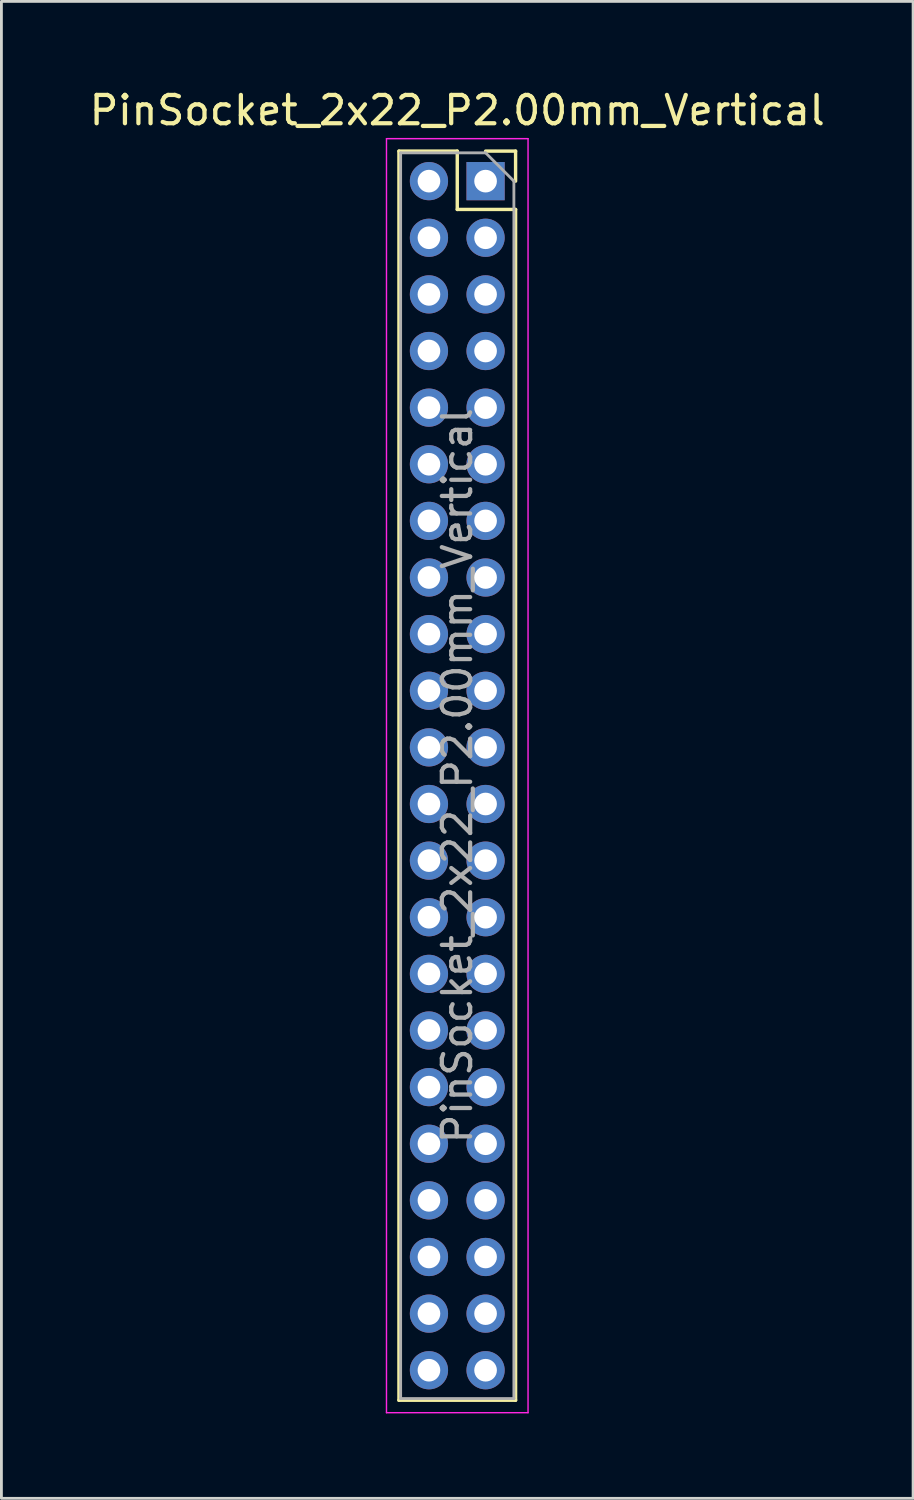
<source format=kicad_pcb>
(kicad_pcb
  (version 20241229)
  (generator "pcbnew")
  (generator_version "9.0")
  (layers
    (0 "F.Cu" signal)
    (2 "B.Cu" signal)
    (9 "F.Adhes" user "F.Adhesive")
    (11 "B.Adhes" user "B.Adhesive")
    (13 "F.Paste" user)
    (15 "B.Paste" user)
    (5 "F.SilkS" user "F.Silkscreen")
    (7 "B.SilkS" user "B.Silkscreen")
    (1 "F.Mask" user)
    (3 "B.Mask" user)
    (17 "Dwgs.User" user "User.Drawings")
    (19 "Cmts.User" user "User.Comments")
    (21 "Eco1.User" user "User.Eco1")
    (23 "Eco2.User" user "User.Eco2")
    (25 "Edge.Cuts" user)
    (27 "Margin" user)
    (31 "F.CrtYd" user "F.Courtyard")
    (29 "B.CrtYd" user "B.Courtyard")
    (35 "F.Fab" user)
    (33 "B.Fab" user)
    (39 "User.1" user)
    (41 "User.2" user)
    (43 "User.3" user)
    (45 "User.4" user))
  (footprint "PinSocket_2x22_P2.00mm_Vertical"
    (layer "F.Cu")
    (at 14.101 3.348)
    (property "Reference" "PinSocket_2x22_P2.00mm_Vertical" (at -1 -2.5 0) (layer "F.SilkS") (effects (font (size 1 1) (thickness 0.15))))
    (attr through_hole)
    (fp_line (start -3.06 -1.06) (end -3.06 43.06) (stroke (width 0.12) (type solid)) (layer "F.SilkS"))
    (fp_line (start -3.06 -1.06) (end -1 -1.06) (stroke (width 0.12) (type solid)) (layer "F.SilkS"))
    (fp_line (start -3.06 43.06) (end 1.06 43.06) (stroke (width 0.12) (type solid)) (layer "F.SilkS"))
    (fp_line (start -1 -1.06) (end -1 1) (stroke (width 0.12) (type solid)) (layer "F.SilkS"))
    (fp_line (start -1 1) (end 1.06 1) (stroke (width 0.12) (type solid)) (layer "F.SilkS"))
    (fp_line (start 0 -1.06) (end 1.06 -1.06) (stroke (width 0.12) (type solid)) (layer "F.SilkS"))
    (fp_line (start 1.06 -1.06) (end 1.06 0) (stroke (width 0.12) (type solid)) (layer "F.SilkS"))
    (fp_line (start 1.06 1) (end 1.06 43.06) (stroke (width 0.12) (type solid)) (layer "F.SilkS"))
    (fp_line (start -3.5 -1.5) (end 1.5 -1.5) (stroke (width 0.05) (type solid)) (layer "F.CrtYd"))
    (fp_line (start -3.5 43.5) (end -3.5 -1.5) (stroke (width 0.05) (type solid)) (layer "F.CrtYd"))
    (fp_line (start 1.5 -1.5) (end 1.5 43.5) (stroke (width 0.05) (type solid)) (layer "F.CrtYd"))
    (fp_line (start 1.5 43.5) (end -3.5 43.5) (stroke (width 0.05) (type solid)) (layer "F.CrtYd"))
    (fp_line (start -3 -1) (end 0 -1) (stroke (width 0.1) (type solid)) (layer "F.Fab"))
    (fp_line (start -3 43) (end -3 -1) (stroke (width 0.1) (type solid)) (layer "F.Fab"))
    (fp_line (start 0 -1) (end 1 0) (stroke (width 0.1) (type solid)) (layer "F.Fab"))
    (fp_line (start 1 0) (end 1 43) (stroke (width 0.1) (type solid)) (layer "F.Fab"))
    (fp_line (start 1 43) (end -3 43) (stroke (width 0.1) (type solid)) (layer "F.Fab"))
    (fp_text user "${REFERENCE}" (at -1 21 90) (layer "F.Fab") (effects (font (size 1 1) (thickness 0.15))))
    (pad "1" thru_hole rect (at 0 0) (size 1.35 1.35) (drill 0.8) (layers "*.Cu" "*.Mask"))
    (pad "2" thru_hole oval (at -2 0) (size 1.35 1.35) (drill 0.8) (layers "*.Cu" "*.Mask"))
    (pad "3" thru_hole oval (at 0 2) (size 1.35 1.35) (drill 0.8) (layers "*.Cu" "*.Mask"))
    (pad "4" thru_hole oval (at -2 2) (size 1.35 1.35) (drill 0.8) (layers "*.Cu" "*.Mask"))
    (pad "5" thru_hole oval (at 0 4) (size 1.35 1.35) (drill 0.8) (layers "*.Cu" "*.Mask"))
    (pad "6" thru_hole oval (at -2 4) (size 1.35 1.35) (drill 0.8) (layers "*.Cu" "*.Mask"))
    (pad "7" thru_hole oval (at 0 6) (size 1.35 1.35) (drill 0.8) (layers "*.Cu" "*.Mask"))
    (pad "8" thru_hole oval (at -2 6) (size 1.35 1.35) (drill 0.8) (layers "*.Cu" "*.Mask"))
    (pad "9" thru_hole oval (at 0 8) (size 1.35 1.35) (drill 0.8) (layers "*.Cu" "*.Mask"))
    (pad "10" thru_hole oval (at -2 8) (size 1.35 1.35) (drill 0.8) (layers "*.Cu" "*.Mask"))
    (pad "11" thru_hole oval (at 0 10) (size 1.35 1.35) (drill 0.8) (layers "*.Cu" "*.Mask"))
    (pad "12" thru_hole oval (at -2 10) (size 1.35 1.35) (drill 0.8) (layers "*.Cu" "*.Mask"))
    (pad "13" thru_hole oval (at 0 12) (size 1.35 1.35) (drill 0.8) (layers "*.Cu" "*.Mask"))
    (pad "14" thru_hole oval (at -2 12) (size 1.35 1.35) (drill 0.8) (layers "*.Cu" "*.Mask"))
    (pad "15" thru_hole oval (at 0 14) (size 1.35 1.35) (drill 0.8) (layers "*.Cu" "*.Mask"))
    (pad "16" thru_hole oval (at -2 14) (size 1.35 1.35) (drill 0.8) (layers "*.Cu" "*.Mask"))
    (pad "17" thru_hole oval (at 0 16) (size 1.35 1.35) (drill 0.8) (layers "*.Cu" "*.Mask"))
    (pad "18" thru_hole oval (at -2 16) (size 1.35 1.35) (drill 0.8) (layers "*.Cu" "*.Mask"))
    (pad "19" thru_hole oval (at 0 18) (size 1.35 1.35) (drill 0.8) (layers "*.Cu" "*.Mask"))
    (pad "20" thru_hole oval (at -2 18) (size 1.35 1.35) (drill 0.8) (layers "*.Cu" "*.Mask"))
    (pad "21" thru_hole oval (at 0 20) (size 1.35 1.35) (drill 0.8) (layers "*.Cu" "*.Mask"))
    (pad "22" thru_hole oval (at -2 20) (size 1.35 1.35) (drill 0.8) (layers "*.Cu" "*.Mask"))
    (pad "23" thru_hole oval (at 0 22) (size 1.35 1.35) (drill 0.8) (layers "*.Cu" "*.Mask"))
    (pad "24" thru_hole oval (at -2 22) (size 1.35 1.35) (drill 0.8) (layers "*.Cu" "*.Mask"))
    (pad "25" thru_hole oval (at 0 24) (size 1.35 1.35) (drill 0.8) (layers "*.Cu" "*.Mask"))
    (pad "26" thru_hole oval (at -2 24) (size 1.35 1.35) (drill 0.8) (layers "*.Cu" "*.Mask"))
    (pad "27" thru_hole oval (at 0 26) (size 1.35 1.35) (drill 0.8) (layers "*.Cu" "*.Mask"))
    (pad "28" thru_hole oval (at -2 26) (size 1.35 1.35) (drill 0.8) (layers "*.Cu" "*.Mask"))
    (pad "29" thru_hole oval (at 0 28) (size 1.35 1.35) (drill 0.8) (layers "*.Cu" "*.Mask"))
    (pad "30" thru_hole oval (at -2 28) (size 1.35 1.35) (drill 0.8) (layers "*.Cu" "*.Mask"))
    (pad "31" thru_hole oval (at 0 30) (size 1.35 1.35) (drill 0.8) (layers "*.Cu" "*.Mask"))
    (pad "32" thru_hole oval (at -2 30) (size 1.35 1.35) (drill 0.8) (layers "*.Cu" "*.Mask"))
    (pad "33" thru_hole oval (at 0 32) (size 1.35 1.35) (drill 0.8) (layers "*.Cu" "*.Mask"))
    (pad "34" thru_hole oval (at -2 32) (size 1.35 1.35) (drill 0.8) (layers "*.Cu" "*.Mask"))
    (pad "35" thru_hole oval (at 0 34) (size 1.35 1.35) (drill 0.8) (layers "*.Cu" "*.Mask"))
    (pad "36" thru_hole oval (at -2 34) (size 1.35 1.35) (drill 0.8) (layers "*.Cu" "*.Mask"))
    (pad "37" thru_hole oval (at 0 36) (size 1.35 1.35) (drill 0.8) (layers "*.Cu" "*.Mask"))
    (pad "38" thru_hole oval (at -2 36) (size 1.35 1.35) (drill 0.8) (layers "*.Cu" "*.Mask"))
    (pad "39" thru_hole oval (at 0 38) (size 1.35 1.35) (drill 0.8) (layers "*.Cu" "*.Mask"))
    (pad "40" thru_hole oval (at -2 38) (size 1.35 1.35) (drill 0.8) (layers "*.Cu" "*.Mask"))
    (pad "41" thru_hole oval (at 0 40) (size 1.35 1.35) (drill 0.8) (layers "*.Cu" "*.Mask"))
    (pad "42" thru_hole oval (at -2 40) (size 1.35 1.35) (drill 0.8) (layers "*.Cu" "*.Mask"))
    (pad "43" thru_hole oval (at 0 42) (size 1.35 1.35) (drill 0.8) (layers "*.Cu" "*.Mask"))
    (pad "44" thru_hole oval (at -2 42) (size 1.35 1.35) (drill 0.8) (layers "*.Cu" "*.Mask")))
  (gr_rect
    (start -3 -3)
    (end 29.202 49.873)
    (stroke (width 0.1) (type default))
    (fill no)
    (layer "Edge.Cuts")))
</source>
